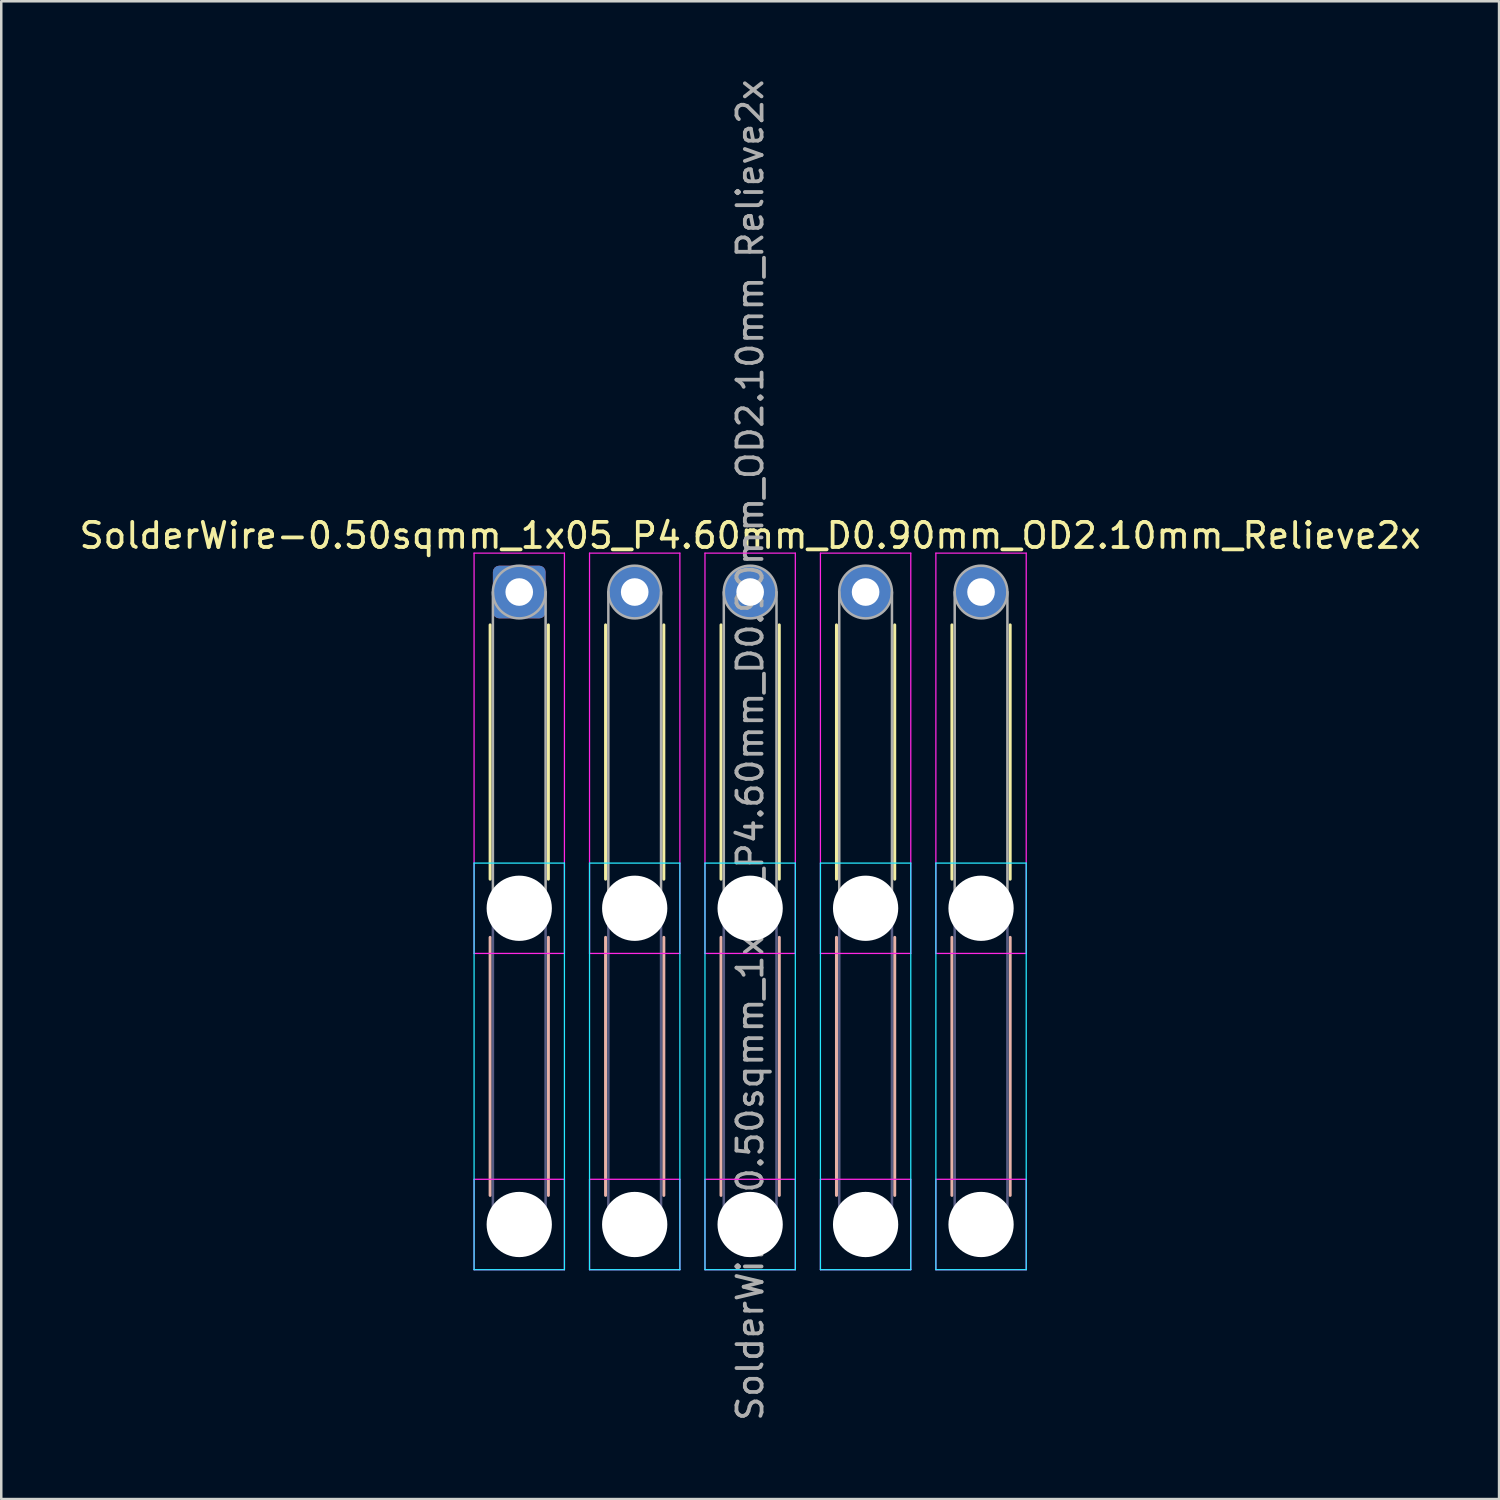
<source format=kicad_pcb>
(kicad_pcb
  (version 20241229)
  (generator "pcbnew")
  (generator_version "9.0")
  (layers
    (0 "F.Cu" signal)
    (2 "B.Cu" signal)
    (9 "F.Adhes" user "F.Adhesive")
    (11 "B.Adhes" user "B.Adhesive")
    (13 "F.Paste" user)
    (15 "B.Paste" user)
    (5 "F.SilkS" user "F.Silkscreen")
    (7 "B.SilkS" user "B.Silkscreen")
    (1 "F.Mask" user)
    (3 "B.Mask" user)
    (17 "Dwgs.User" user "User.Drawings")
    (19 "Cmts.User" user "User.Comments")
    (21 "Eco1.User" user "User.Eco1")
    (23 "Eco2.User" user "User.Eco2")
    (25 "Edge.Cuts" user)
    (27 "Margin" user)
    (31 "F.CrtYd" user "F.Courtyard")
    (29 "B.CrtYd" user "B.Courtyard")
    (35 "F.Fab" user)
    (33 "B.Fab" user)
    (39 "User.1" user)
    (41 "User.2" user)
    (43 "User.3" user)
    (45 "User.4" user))
  (footprint "SolderWire-0.50sqmm_1x05_P4.60mm_D0.90mm_OD2.10mm_Relieve2x"
    (layer "F.Cu")
    (at 17.639 20.539)
    (property "Reference" "SolderWire-0.50sqmm_1x05_P4.60mm_D0.90mm_OD2.10mm_Relieve2x" (at 9.2 -2.25 0) (layer "F.SilkS") (effects (font (size 1 1) (thickness 0.15))))
    (attr exclude_from_pos_files exclude_from_bom)
    (fp_line (start -1.16 1.31) (end -1.16 11.44) (stroke (width 0.12) (type solid)) (layer "F.SilkS"))
    (fp_line (start 1.16 1.31) (end 1.16 11.44) (stroke (width 0.12) (type solid)) (layer "F.SilkS"))
    (fp_line (start 3.44 1.31) (end 3.44 11.44) (stroke (width 0.12) (type solid)) (layer "F.SilkS"))
    (fp_line (start 5.76 1.31) (end 5.76 11.44) (stroke (width 0.12) (type solid)) (layer "F.SilkS"))
    (fp_line (start 8.04 1.31) (end 8.04 11.44) (stroke (width 0.12) (type solid)) (layer "F.SilkS"))
    (fp_line (start 10.36 1.31) (end 10.36 11.44) (stroke (width 0.12) (type solid)) (layer "F.SilkS"))
    (fp_line (start 12.64 1.31) (end 12.64 11.44) (stroke (width 0.12) (type solid)) (layer "F.SilkS"))
    (fp_line (start 14.96 1.31) (end 14.96 11.44) (stroke (width 0.12) (type solid)) (layer "F.SilkS"))
    (fp_line (start 17.24 1.31) (end 17.24 11.44) (stroke (width 0.12) (type solid)) (layer "F.SilkS"))
    (fp_line (start 19.56 1.31) (end 19.56 11.44) (stroke (width 0.12) (type solid)) (layer "F.SilkS"))
    (fp_line (start -1.16 13.76) (end -1.16 24.04) (stroke (width 0.12) (type solid)) (layer "B.SilkS"))
    (fp_line (start 1.16 13.76) (end 1.16 24.04) (stroke (width 0.12) (type solid)) (layer "B.SilkS"))
    (fp_line (start 3.44 13.76) (end 3.44 24.04) (stroke (width 0.12) (type solid)) (layer "B.SilkS"))
    (fp_line (start 5.76 13.76) (end 5.76 24.04) (stroke (width 0.12) (type solid)) (layer "B.SilkS"))
    (fp_line (start 8.04 13.76) (end 8.04 24.04) (stroke (width 0.12) (type solid)) (layer "B.SilkS"))
    (fp_line (start 10.36 13.76) (end 10.36 24.04) (stroke (width 0.12) (type solid)) (layer "B.SilkS"))
    (fp_line (start 12.64 13.76) (end 12.64 24.04) (stroke (width 0.12) (type solid)) (layer "B.SilkS"))
    (fp_line (start 14.96 13.76) (end 14.96 24.04) (stroke (width 0.12) (type solid)) (layer "B.SilkS"))
    (fp_line (start 17.24 13.76) (end 17.24 24.04) (stroke (width 0.12) (type solid)) (layer "B.SilkS"))
    (fp_line (start 19.56 13.76) (end 19.56 24.04) (stroke (width 0.12) (type solid)) (layer "B.SilkS"))
    (fp_line (start -1.8 10.8) (end -1.8 27) (stroke (width 0.05) (type solid)) (layer "B.CrtYd"))
    (fp_line (start -1.8 27) (end 1.8 27) (stroke (width 0.05) (type solid)) (layer "B.CrtYd"))
    (fp_line (start 1.8 10.8) (end -1.8 10.8) (stroke (width 0.05) (type solid)) (layer "B.CrtYd"))
    (fp_line (start 1.8 27) (end 1.8 10.8) (stroke (width 0.05) (type solid)) (layer "B.CrtYd"))
    (fp_line (start 2.8 10.8) (end 2.8 27) (stroke (width 0.05) (type solid)) (layer "B.CrtYd"))
    (fp_line (start 2.8 27) (end 6.4 27) (stroke (width 0.05) (type solid)) (layer "B.CrtYd"))
    (fp_line (start 6.4 10.8) (end 2.8 10.8) (stroke (width 0.05) (type solid)) (layer "B.CrtYd"))
    (fp_line (start 6.4 27) (end 6.4 10.8) (stroke (width 0.05) (type solid)) (layer "B.CrtYd"))
    (fp_line (start 7.4 10.8) (end 7.4 27) (stroke (width 0.05) (type solid)) (layer "B.CrtYd"))
    (fp_line (start 7.4 27) (end 11 27) (stroke (width 0.05) (type solid)) (layer "B.CrtYd"))
    (fp_line (start 11 10.8) (end 7.4 10.8) (stroke (width 0.05) (type solid)) (layer "B.CrtYd"))
    (fp_line (start 11 27) (end 11 10.8) (stroke (width 0.05) (type solid)) (layer "B.CrtYd"))
    (fp_line (start 12 10.8) (end 12 27) (stroke (width 0.05) (type solid)) (layer "B.CrtYd"))
    (fp_line (start 12 27) (end 15.6 27) (stroke (width 0.05) (type solid)) (layer "B.CrtYd"))
    (fp_line (start 15.6 10.8) (end 12 10.8) (stroke (width 0.05) (type solid)) (layer "B.CrtYd"))
    (fp_line (start 15.6 27) (end 15.6 10.8) (stroke (width 0.05) (type solid)) (layer "B.CrtYd"))
    (fp_line (start 16.6 10.8) (end 16.6 27) (stroke (width 0.05) (type solid)) (layer "B.CrtYd"))
    (fp_line (start 16.6 27) (end 20.2 27) (stroke (width 0.05) (type solid)) (layer "B.CrtYd"))
    (fp_line (start 20.2 10.8) (end 16.6 10.8) (stroke (width 0.05) (type solid)) (layer "B.CrtYd"))
    (fp_line (start 20.2 27) (end 20.2 10.8) (stroke (width 0.05) (type solid)) (layer "B.CrtYd"))
    (fp_line (start -1.8 -1.55) (end -1.8 14.4) (stroke (width 0.05) (type solid)) (layer "F.CrtYd"))
    (fp_line (start -1.8 14.4) (end 1.8 14.4) (stroke (width 0.05) (type solid)) (layer "F.CrtYd"))
    (fp_line (start -1.8 23.4) (end -1.8 27) (stroke (width 0.05) (type solid)) (layer "F.CrtYd"))
    (fp_line (start -1.8 27) (end 1.8 27) (stroke (width 0.05) (type solid)) (layer "F.CrtYd"))
    (fp_line (start 1.8 -1.55) (end -1.8 -1.55) (stroke (width 0.05) (type solid)) (layer "F.CrtYd"))
    (fp_line (start 1.8 14.4) (end 1.8 -1.55) (stroke (width 0.05) (type solid)) (layer "F.CrtYd"))
    (fp_line (start 1.8 23.4) (end -1.8 23.4) (stroke (width 0.05) (type solid)) (layer "F.CrtYd"))
    (fp_line (start 1.8 27) (end 1.8 23.4) (stroke (width 0.05) (type solid)) (layer "F.CrtYd"))
    (fp_line (start 2.8 -1.55) (end 2.8 14.4) (stroke (width 0.05) (type solid)) (layer "F.CrtYd"))
    (fp_line (start 2.8 14.4) (end 6.4 14.4) (stroke (width 0.05) (type solid)) (layer "F.CrtYd"))
    (fp_line (start 2.8 23.4) (end 2.8 27) (stroke (width 0.05) (type solid)) (layer "F.CrtYd"))
    (fp_line (start 2.8 27) (end 6.4 27) (stroke (width 0.05) (type solid)) (layer "F.CrtYd"))
    (fp_line (start 6.4 -1.55) (end 2.8 -1.55) (stroke (width 0.05) (type solid)) (layer "F.CrtYd"))
    (fp_line (start 6.4 14.4) (end 6.4 -1.55) (stroke (width 0.05) (type solid)) (layer "F.CrtYd"))
    (fp_line (start 6.4 23.4) (end 2.8 23.4) (stroke (width 0.05) (type solid)) (layer "F.CrtYd"))
    (fp_line (start 6.4 27) (end 6.4 23.4) (stroke (width 0.05) (type solid)) (layer "F.CrtYd"))
    (fp_line (start 7.4 -1.55) (end 7.4 14.4) (stroke (width 0.05) (type solid)) (layer "F.CrtYd"))
    (fp_line (start 7.4 14.4) (end 11 14.4) (stroke (width 0.05) (type solid)) (layer "F.CrtYd"))
    (fp_line (start 7.4 23.4) (end 7.4 27) (stroke (width 0.05) (type solid)) (layer "F.CrtYd"))
    (fp_line (start 7.4 27) (end 11 27) (stroke (width 0.05) (type solid)) (layer "F.CrtYd"))
    (fp_line (start 11 -1.55) (end 7.4 -1.55) (stroke (width 0.05) (type solid)) (layer "F.CrtYd"))
    (fp_line (start 11 14.4) (end 11 -1.55) (stroke (width 0.05) (type solid)) (layer "F.CrtYd"))
    (fp_line (start 11 23.4) (end 7.4 23.4) (stroke (width 0.05) (type solid)) (layer "F.CrtYd"))
    (fp_line (start 11 27) (end 11 23.4) (stroke (width 0.05) (type solid)) (layer "F.CrtYd"))
    (fp_line (start 12 -1.55) (end 12 14.4) (stroke (width 0.05) (type solid)) (layer "F.CrtYd"))
    (fp_line (start 12 14.4) (end 15.6 14.4) (stroke (width 0.05) (type solid)) (layer "F.CrtYd"))
    (fp_line (start 12 23.4) (end 12 27) (stroke (width 0.05) (type solid)) (layer "F.CrtYd"))
    (fp_line (start 12 27) (end 15.6 27) (stroke (width 0.05) (type solid)) (layer "F.CrtYd"))
    (fp_line (start 15.6 -1.55) (end 12 -1.55) (stroke (width 0.05) (type solid)) (layer "F.CrtYd"))
    (fp_line (start 15.6 14.4) (end 15.6 -1.55) (stroke (width 0.05) (type solid)) (layer "F.CrtYd"))
    (fp_line (start 15.6 23.4) (end 12 23.4) (stroke (width 0.05) (type solid)) (layer "F.CrtYd"))
    (fp_line (start 15.6 27) (end 15.6 23.4) (stroke (width 0.05) (type solid)) (layer "F.CrtYd"))
    (fp_line (start 16.6 -1.55) (end 16.6 14.4) (stroke (width 0.05) (type solid)) (layer "F.CrtYd"))
    (fp_line (start 16.6 14.4) (end 20.2 14.4) (stroke (width 0.05) (type solid)) (layer "F.CrtYd"))
    (fp_line (start 16.6 23.4) (end 16.6 27) (stroke (width 0.05) (type solid)) (layer "F.CrtYd"))
    (fp_line (start 16.6 27) (end 20.2 27) (stroke (width 0.05) (type solid)) (layer "F.CrtYd"))
    (fp_line (start 20.2 -1.55) (end 16.6 -1.55) (stroke (width 0.05) (type solid)) (layer "F.CrtYd"))
    (fp_line (start 20.2 14.4) (end 20.2 -1.55) (stroke (width 0.05) (type solid)) (layer "F.CrtYd"))
    (fp_line (start 20.2 23.4) (end 16.6 23.4) (stroke (width 0.05) (type solid)) (layer "F.CrtYd"))
    (fp_line (start 20.2 27) (end 20.2 23.4) (stroke (width 0.05) (type solid)) (layer "F.CrtYd"))
    (fp_line (start -1.05 12.6) (end -1.05 25.2) (stroke (width 0.1) (type solid)) (layer "B.Fab"))
    (fp_line (start 1.05 12.6) (end 1.05 25.2) (stroke (width 0.1) (type solid)) (layer "B.Fab"))
    (fp_line (start 3.55 12.6) (end 3.55 25.2) (stroke (width 0.1) (type solid)) (layer "B.Fab"))
    (fp_line (start 5.65 12.6) (end 5.65 25.2) (stroke (width 0.1) (type solid)) (layer "B.Fab"))
    (fp_line (start 8.15 12.6) (end 8.15 25.2) (stroke (width 0.1) (type solid)) (layer "B.Fab"))
    (fp_line (start 10.25 12.6) (end 10.25 25.2) (stroke (width 0.1) (type solid)) (layer "B.Fab"))
    (fp_line (start 12.75 12.6) (end 12.75 25.2) (stroke (width 0.1) (type solid)) (layer "B.Fab"))
    (fp_line (start 14.85 12.6) (end 14.85 25.2) (stroke (width 0.1) (type solid)) (layer "B.Fab"))
    (fp_line (start 17.35 12.6) (end 17.35 25.2) (stroke (width 0.1) (type solid)) (layer "B.Fab"))
    (fp_line (start 19.45 12.6) (end 19.45 25.2) (stroke (width 0.1) (type solid)) (layer "B.Fab"))
    (fp_circle (center 0 12.6) (end 1.05 12.6) (stroke (width 0.1) (type solid)) (fill no) (layer "B.Fab"))
    (fp_circle (center 0 25.2) (end 1.05 25.2) (stroke (width 0.1) (type solid)) (fill no) (layer "B.Fab"))
    (fp_circle (center 4.6 12.6) (end 5.65 12.6) (stroke (width 0.1) (type solid)) (fill no) (layer "B.Fab"))
    (fp_circle (center 4.6 25.2) (end 5.65 25.2) (stroke (width 0.1) (type solid)) (fill no) (layer "B.Fab"))
    (fp_circle (center 9.2 12.6) (end 10.25 12.6) (stroke (width 0.1) (type solid)) (fill no) (layer "B.Fab"))
    (fp_circle (center 9.2 25.2) (end 10.25 25.2) (stroke (width 0.1) (type solid)) (fill no) (layer "B.Fab"))
    (fp_circle (center 13.8 12.6) (end 14.85 12.6) (stroke (width 0.1) (type solid)) (fill no) (layer "B.Fab"))
    (fp_circle (center 13.8 25.2) (end 14.85 25.2) (stroke (width 0.1) (type solid)) (fill no) (layer "B.Fab"))
    (fp_circle (center 18.4 12.6) (end 19.45 12.6) (stroke (width 0.1) (type solid)) (fill no) (layer "B.Fab"))
    (fp_circle (center 18.4 25.2) (end 19.45 25.2) (stroke (width 0.1) (type solid)) (fill no) (layer "B.Fab"))
    (fp_line (start -1.05 0) (end -1.05 12.6) (stroke (width 0.1) (type solid)) (layer "F.Fab"))
    (fp_line (start 1.05 0) (end 1.05 12.6) (stroke (width 0.1) (type solid)) (layer "F.Fab"))
    (fp_line (start 3.55 0) (end 3.55 12.6) (stroke (width 0.1) (type solid)) (layer "F.Fab"))
    (fp_line (start 5.65 0) (end 5.65 12.6) (stroke (width 0.1) (type solid)) (layer "F.Fab"))
    (fp_line (start 8.15 0) (end 8.15 12.6) (stroke (width 0.1) (type solid)) (layer "F.Fab"))
    (fp_line (start 10.25 0) (end 10.25 12.6) (stroke (width 0.1) (type solid)) (layer "F.Fab"))
    (fp_line (start 12.75 0) (end 12.75 12.6) (stroke (width 0.1) (type solid)) (layer "F.Fab"))
    (fp_line (start 14.85 0) (end 14.85 12.6) (stroke (width 0.1) (type solid)) (layer "F.Fab"))
    (fp_line (start 17.35 0) (end 17.35 12.6) (stroke (width 0.1) (type solid)) (layer "F.Fab"))
    (fp_line (start 19.45 0) (end 19.45 12.6) (stroke (width 0.1) (type solid)) (layer "F.Fab"))
    (fp_circle (center 0 0) (end 1.05 0) (stroke (width 0.1) (type solid)) (fill no) (layer "F.Fab"))
    (fp_circle (center 0 12.6) (end 1.05 12.6) (stroke (width 0.1) (type solid)) (fill no) (layer "F.Fab"))
    (fp_circle (center 0 25.2) (end 1.05 25.2) (stroke (width 0.1) (type solid)) (fill no) (layer "F.Fab"))
    (fp_circle (center 4.6 0) (end 5.65 0) (stroke (width 0.1) (type solid)) (fill no) (layer "F.Fab"))
    (fp_circle (center 4.6 12.6) (end 5.65 12.6) (stroke (width 0.1) (type solid)) (fill no) (layer "F.Fab"))
    (fp_circle (center 4.6 25.2) (end 5.65 25.2) (stroke (width 0.1) (type solid)) (fill no) (layer "F.Fab"))
    (fp_circle (center 9.2 0) (end 10.25 0) (stroke (width 0.1) (type solid)) (fill no) (layer "F.Fab"))
    (fp_circle (center 9.2 12.6) (end 10.25 12.6) (stroke (width 0.1) (type solid)) (fill no) (layer "F.Fab"))
    (fp_circle (center 9.2 25.2) (end 10.25 25.2) (stroke (width 0.1) (type solid)) (fill no) (layer "F.Fab"))
    (fp_circle (center 13.8 0) (end 14.85 0) (stroke (width 0.1) (type solid)) (fill no) (layer "F.Fab"))
    (fp_circle (center 13.8 12.6) (end 14.85 12.6) (stroke (width 0.1) (type solid)) (fill no) (layer "F.Fab"))
    (fp_circle (center 13.8 25.2) (end 14.85 25.2) (stroke (width 0.1) (type solid)) (fill no) (layer "F.Fab"))
    (fp_circle (center 18.4 0) (end 19.45 0) (stroke (width 0.1) (type solid)) (fill no) (layer "F.Fab"))
    (fp_circle (center 18.4 12.6) (end 19.45 12.6) (stroke (width 0.1) (type solid)) (fill no) (layer "F.Fab"))
    (fp_circle (center 18.4 25.2) (end 19.45 25.2) (stroke (width 0.1) (type solid)) (fill no) (layer "F.Fab"))
    (fp_text user "${REFERENCE}" (at 9.2 6.3 90) (layer "F.Fab") (effects (font (size 1 1) (thickness 0.15))))
    (pad "" np_thru_hole circle (at 0 12.6) (size 2.6 2.6) (drill 2.6) (layers "*.Cu" "*.Mask"))
    (pad "" np_thru_hole circle (at 0 25.2) (size 2.6 2.6) (drill 2.6) (layers "*.Cu" "*.Mask"))
    (pad "" np_thru_hole circle (at 4.6 12.6) (size 2.6 2.6) (drill 2.6) (layers "*.Cu" "*.Mask"))
    (pad "" np_thru_hole circle (at 4.6 25.2) (size 2.6 2.6) (drill 2.6) (layers "*.Cu" "*.Mask"))
    (pad "" np_thru_hole circle (at 9.2 12.6) (size 2.6 2.6) (drill 2.6) (layers "*.Cu" "*.Mask"))
    (pad "" np_thru_hole circle (at 9.2 25.2) (size 2.6 2.6) (drill 2.6) (layers "*.Cu" "*.Mask"))
    (pad "" np_thru_hole circle (at 13.8 12.6) (size 2.6 2.6) (drill 2.6) (layers "*.Cu" "*.Mask"))
    (pad "" np_thru_hole circle (at 13.8 25.2) (size 2.6 2.6) (drill 2.6) (layers "*.Cu" "*.Mask"))
    (pad "" np_thru_hole circle (at 18.4 12.6) (size 2.6 2.6) (drill 2.6) (layers "*.Cu" "*.Mask"))
    (pad "" np_thru_hole circle (at 18.4 25.2) (size 2.6 2.6) (drill 2.6) (layers "*.Cu" "*.Mask"))
    (pad "1" thru_hole roundrect (at 0 0) (size 2.1 2.1) (drill 1.1) (layers "*.Cu" "*.Mask") (roundrect_rratio 0.119))
    (pad "2" thru_hole circle (at 4.6 0) (size 2.1 2.1) (drill 1.1) (layers "*.Cu" "*.Mask"))
    (pad "3" thru_hole circle (at 9.2 0) (size 2.1 2.1) (drill 1.1) (layers "*.Cu" "*.Mask"))
    (pad "4" thru_hole circle (at 13.8 0) (size 2.1 2.1) (drill 1.1) (layers "*.Cu" "*.Mask"))
    (pad "5" thru_hole circle (at 18.4 0) (size 2.1 2.1) (drill 1.1) (layers "*.Cu" "*.Mask")))
  (gr_rect
    (start -3 -3)
    (end 56.679 56.679)
    (stroke (width 0.1) (type default))
    (fill no)
    (layer "Edge.Cuts")))
</source>
